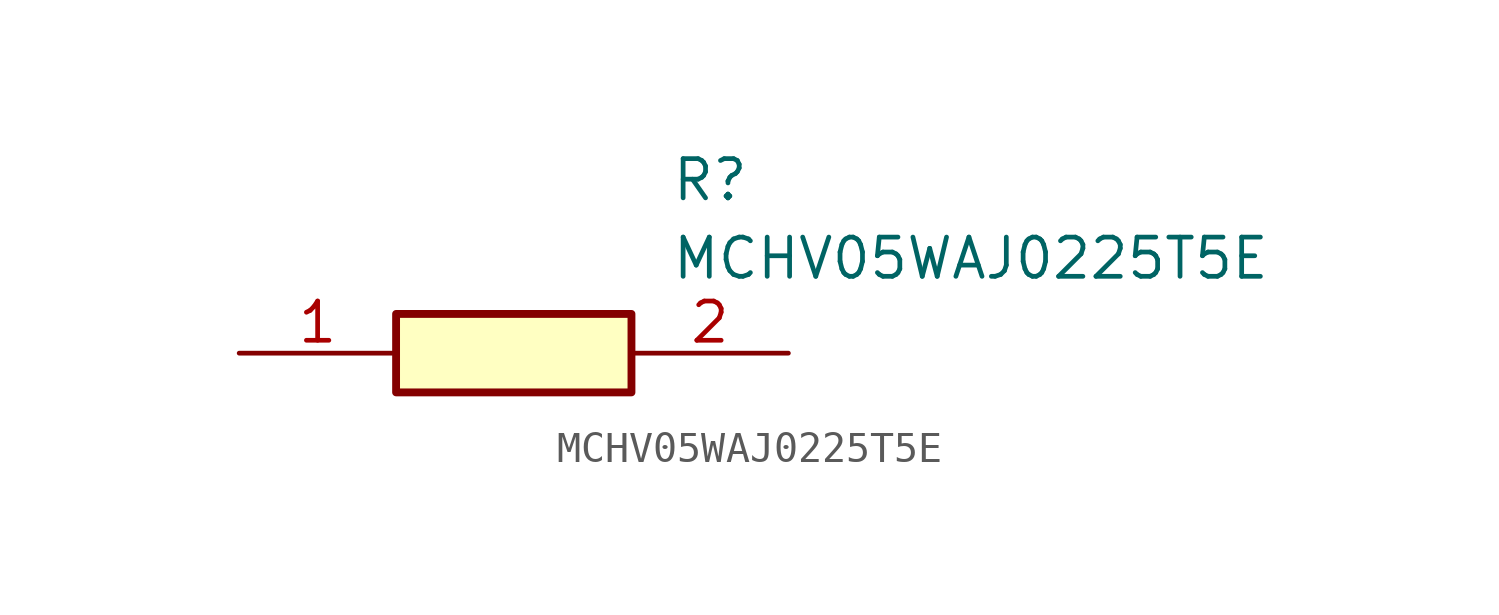
<source format=kicad_sym>
(kicad_symbol_lib
  (version 20211014)
  (generator SamacSys_ECAD_Model)
  (symbol "MCHV05WAJ0225T5E"
    (pin_names hide)
    (property "Reference" "R"
      (at 13.97 6.35 0)
      (effects (font (size 1.27 1.27)) (justify left top)))
    (property "Value" "MCHV05WAJ0225T5E"
      (at 13.97 3.81 0)
      (effects (font (size 1.27 1.27)) (justify left top)))
    (rectangle
      (start 5.08 1.27)
      (end 12.7 -1.27)
      (stroke (width 0.254) (type default))
      (fill (type background)))
    (pin passive line
      (at 0 0 0)
      (length 5.08)
      (name "1" (effects (font (size 1.27 1.27))))
      (number "1" (effects (font (size 1.27 1.27)))))
    (pin passive line
      (at 17.78 0 180)
      (length 5.08)
      (name "2" (effects (font (size 1.27 1.27))))
      (number "2" (effects (font (size 1.27 1.27)))))))
</source>
